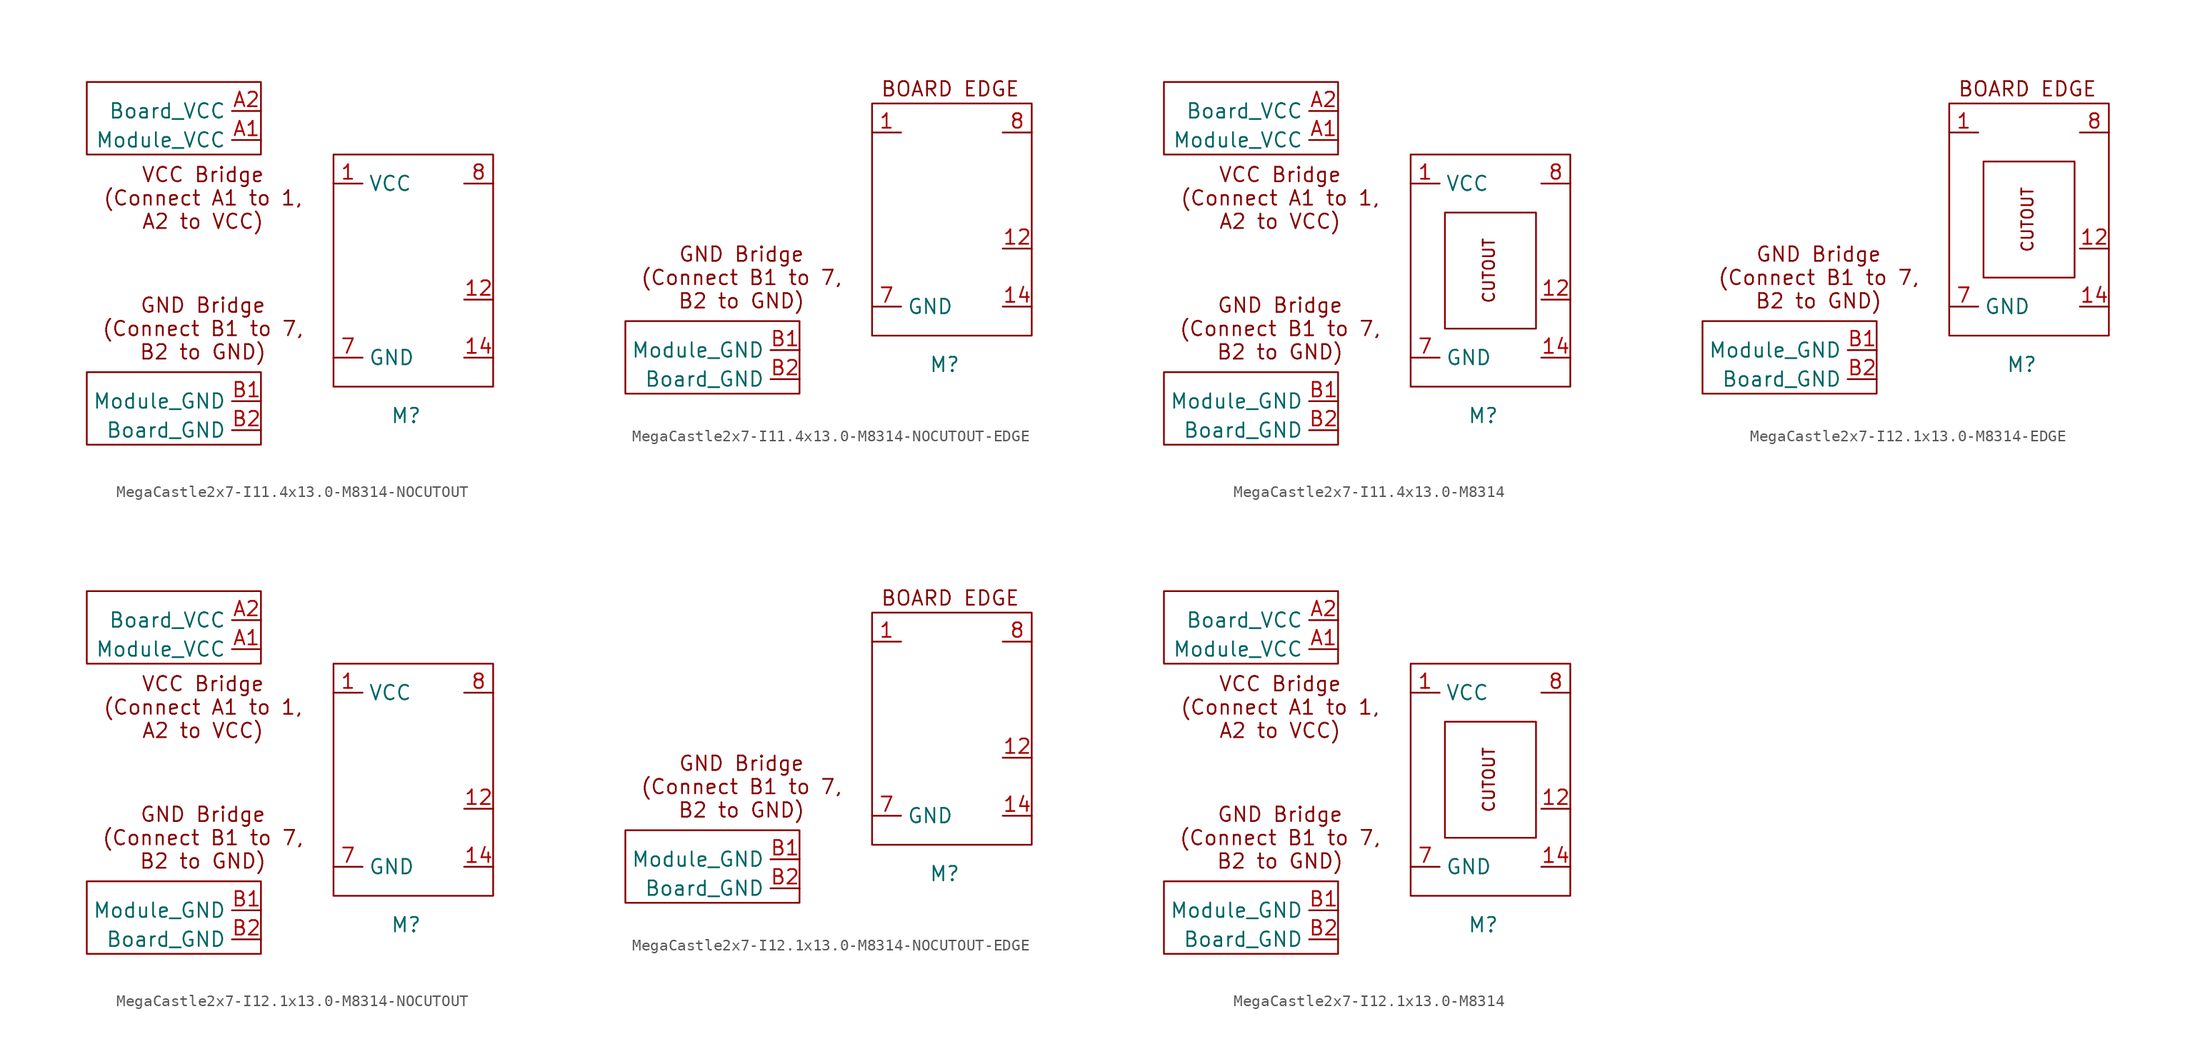
<source format=kicad_sym>
(kicad_symbol_lib
  (version 20231120)
  (generator "kicad_symbol_editor")
  (generator_version "8.0")
  (symbol "MegaCastle2x7-I11.4x13.0-M8314-NOCUTOUT"
    (property "Reference" "M"
      (at 0 -12.7 0)
      (effects (font (size 1.27 1.27))))
    (property "Value" ""
      (at 0 5.08 0)
      (effects (font (size 1.27 1.27))))
    (symbol "MegaCastle2x7-I11.4x13.0-M8314-NOCUTOUT_0_1"
      (rectangle (start -27.94 -8.89) (end -12.7 -15.24) (stroke (width 0) (type default)) (fill (type none)))
      (rectangle (start -27.94 16.51) (end -12.7 10.16) (stroke (width 0) (type default)) (fill (type none)))
      (rectangle (start -6.35 10.16) (end 7.62 -10.16) (stroke (width 0) (type default)) (fill (type none))))
    (symbol "MegaCastle2x7-I11.4x13.0-M8314-NOCUTOUT_1_1"
      (text "GND Bridge\n(Connect B1 to 7,\nB2 to GND)" (at -17.78 -5.08 0) (effects (font (size 1.27 1.27))))
      (text "VCC Bridge\n(Connect A1 to 1,\nA2 to VCC)" (at -17.78 6.35 0) (effects (font (size 1.27 1.27))))
      (pin bidirectional line (at -6.35 7.62 0) (length 2.54) (name "VCC" (effects (font (size 1.27 1.27)))) (number "1" (effects (font (size 1.27 1.27)))))
      (pin bidirectional line (at 7.62 -2.54 180) (length 2.54) (name "" (effects (font (size 1.27 1.27)))) (number "12" (effects (font (size 1.27 1.27)))))
      (pin bidirectional line (at 7.62 -7.62 180) (length 2.54) (name "" (effects (font (size 1.27 1.27)))) (number "14" (effects (font (size 1.27 1.27)))))
      (pin bidirectional line (at -6.35 -7.62 0) (length 2.54) (name "GND" (effects (font (size 1.27 1.27)))) (number "7" (effects (font (size 1.27 1.27)))))
      (pin bidirectional line (at 7.62 7.62 180) (length 2.54) (name "" (effects (font (size 1.27 1.27)))) (number "8" (effects (font (size 1.27 1.27)))))
      (pin bidirectional line (at -12.7 11.43 180) (length 2.54) (name "Module_VCC" (effects (font (size 1.27 1.27)))) (number "A1" (effects (font (size 1.27 1.27)))))
      (pin bidirectional line (at -12.7 13.97 180) (length 2.54) (name "Board_VCC" (effects (font (size 1.27 1.27)))) (number "A2" (effects (font (size 1.27 1.27)))))
      (pin bidirectional line (at -12.7 -11.43 180) (length 2.54) (name "Module_GND" (effects (font (size 1.27 1.27)))) (number "B1" (effects (font (size 1.27 1.27)))))
      (pin bidirectional line (at -12.7 -13.97 180) (length 2.54) (name "Board_GND" (effects (font (size 1.27 1.27)))) (number "B2" (effects (font (size 1.27 1.27)))))))
  (symbol "MegaCastle2x7-I11.4x13.0-M8314-NOCUTOUT-EDGE"
    (property "Reference" "M"
      (at 0 -12.7 0)
      (effects (font (size 1.27 1.27))))
    (property "Value" ""
      (at 0 5.08 0)
      (effects (font (size 1.27 1.27))))
    (symbol "MegaCastle2x7-I11.4x13.0-M8314-NOCUTOUT-EDGE_0_1"
      (rectangle (start -27.94 -8.89) (end -12.7 -15.24) (stroke (width 0) (type default)) (fill (type none)))
      (rectangle (start -6.35 10.16) (end 7.62 -10.16) (stroke (width 0) (type default)) (fill (type none))))
    (symbol "MegaCastle2x7-I11.4x13.0-M8314-NOCUTOUT-EDGE_1_1"
      (text " BOARD EDGE" (at 0 11.43 0) (effects (font (size 1.27 1.27))))
      (text "GND Bridge\n(Connect B1 to 7,\nB2 to GND)" (at -17.78 -5.08 0) (effects (font (size 1.27 1.27))))
      (pin bidirectional line (at -6.35 7.62 0) (length 2.54) (name "" (effects (font (size 1.27 1.27)))) (number "1" (effects (font (size 1.27 1.27)))))
      (pin bidirectional line (at 7.62 -2.54 180) (length 2.54) (name "" (effects (font (size 1.27 1.27)))) (number "12" (effects (font (size 1.27 1.27)))))
      (pin bidirectional line (at 7.62 -7.62 180) (length 2.54) (name "" (effects (font (size 1.27 1.27)))) (number "14" (effects (font (size 1.27 1.27)))))
      (pin bidirectional line (at -6.35 -7.62 0) (length 2.54) (name "GND" (effects (font (size 1.27 1.27)))) (number "7" (effects (font (size 1.27 1.27)))))
      (pin bidirectional line (at 7.62 7.62 180) (length 2.54) (name "" (effects (font (size 1.27 1.27)))) (number "8" (effects (font (size 1.27 1.27)))))
      (pin bidirectional line (at -12.7 -11.43 180) (length 2.54) (name "Module_GND" (effects (font (size 1.27 1.27)))) (number "B1" (effects (font (size 1.27 1.27)))))
      (pin bidirectional line (at -12.7 -13.97 180) (length 2.54) (name "Board_GND" (effects (font (size 1.27 1.27)))) (number "B2" (effects (font (size 1.27 1.27)))))))
  (symbol "MegaCastle2x7-I11.4x13.0-M8314"
    (property "Reference" "M"
      (at 0 -12.7 0)
      (effects (font (size 1.27 1.27))))
    (property "Value" ""
      (at 0 5.08 0)
      (effects (font (size 1.27 1.27))))
    (symbol "MegaCastle2x7-I11.4x13.0-M8314_0_1"
      (rectangle (start -27.94 -8.89) (end -12.7 -15.24) (stroke (width 0) (type default)) (fill (type none)))
      (rectangle (start -27.94 16.51) (end -12.7 10.16) (stroke (width 0) (type default)) (fill (type none)))
      (rectangle (start -6.35 10.16) (end 7.62 -10.16) (stroke (width 0) (type default)) (fill (type none)))
      (rectangle (start -3.35 5.08) (end 4.62 -5.08) (stroke (width 0) (type default)) (fill (type none))))
    (symbol "MegaCastle2x7-I11.4x13.0-M8314_1_1"
      (text "CUTOUT" (at 0.5 0 900) (effects (font (size 1 1))))
      (text "GND Bridge\n(Connect B1 to 7,\nB2 to GND)" (at -17.78 -5.08 0) (effects (font (size 1.27 1.27))))
      (text "VCC Bridge\n(Connect A1 to 1,\nA2 to VCC)" (at -17.78 6.35 0) (effects (font (size 1.27 1.27))))
      (pin bidirectional line (at -6.35 7.62 0) (length 2.54) (name "VCC" (effects (font (size 1.27 1.27)))) (number "1" (effects (font (size 1.27 1.27)))))
      (pin bidirectional line (at 7.62 -2.54 180) (length 2.54) (name "" (effects (font (size 1.27 1.27)))) (number "12" (effects (font (size 1.27 1.27)))))
      (pin bidirectional line (at 7.62 -7.62 180) (length 2.54) (name "" (effects (font (size 1.27 1.27)))) (number "14" (effects (font (size 1.27 1.27)))))
      (pin bidirectional line (at -6.35 -7.62 0) (length 2.54) (name "GND" (effects (font (size 1.27 1.27)))) (number "7" (effects (font (size 1.27 1.27)))))
      (pin bidirectional line (at 7.62 7.62 180) (length 2.54) (name "" (effects (font (size 1.27 1.27)))) (number "8" (effects (font (size 1.27 1.27)))))
      (pin bidirectional line (at -12.7 11.43 180) (length 2.54) (name "Module_VCC" (effects (font (size 1.27 1.27)))) (number "A1" (effects (font (size 1.27 1.27)))))
      (pin bidirectional line (at -12.7 13.97 180) (length 2.54) (name "Board_VCC" (effects (font (size 1.27 1.27)))) (number "A2" (effects (font (size 1.27 1.27)))))
      (pin bidirectional line (at -12.7 -11.43 180) (length 2.54) (name "Module_GND" (effects (font (size 1.27 1.27)))) (number "B1" (effects (font (size 1.27 1.27)))))
      (pin bidirectional line (at -12.7 -13.97 180) (length 2.54) (name "Board_GND" (effects (font (size 1.27 1.27)))) (number "B2" (effects (font (size 1.27 1.27)))))))
  (symbol "MegaCastle2x7-I12.1x13.0-M8314-EDGE"
    (property "Reference" "M"
      (at 0 -12.7 0)
      (effects (font (size 1.27 1.27))))
    (property "Value" ""
      (at 0 5.08 0)
      (effects (font (size 1.27 1.27))))
    (symbol "MegaCastle2x7-I12.1x13.0-M8314-EDGE_0_1"
      (rectangle (start -27.94 -8.89) (end -12.7 -15.24) (stroke (width 0) (type default)) (fill (type none)))
      (rectangle (start -6.35 10.16) (end 7.62 -10.16) (stroke (width 0) (type default)) (fill (type none)))
      (rectangle (start -3.35 5.08) (end 4.62 -5.08) (stroke (width 0) (type default)) (fill (type none))))
    (symbol "MegaCastle2x7-I12.1x13.0-M8314-EDGE_1_1"
      (text " BOARD EDGE" (at 0 11.43 0) (effects (font (size 1.27 1.27))))
      (text "CUTOUT" (at 0.5 0 900) (effects (font (size 1 1))))
      (text "GND Bridge\n(Connect B1 to 7,\nB2 to GND)" (at -17.78 -5.08 0) (effects (font (size 1.27 1.27))))
      (pin bidirectional line (at -6.35 7.62 0) (length 2.54) (name "" (effects (font (size 1.27 1.27)))) (number "1" (effects (font (size 1.27 1.27)))))
      (pin bidirectional line (at 7.62 -2.54 180) (length 2.54) (name "" (effects (font (size 1.27 1.27)))) (number "12" (effects (font (size 1.27 1.27)))))
      (pin bidirectional line (at 7.62 -7.62 180) (length 2.54) (name "" (effects (font (size 1.27 1.27)))) (number "14" (effects (font (size 1.27 1.27)))))
      (pin bidirectional line (at -6.35 -7.62 0) (length 2.54) (name "GND" (effects (font (size 1.27 1.27)))) (number "7" (effects (font (size 1.27 1.27)))))
      (pin bidirectional line (at 7.62 7.62 180) (length 2.54) (name "" (effects (font (size 1.27 1.27)))) (number "8" (effects (font (size 1.27 1.27)))))
      (pin bidirectional line (at -12.7 -11.43 180) (length 2.54) (name "Module_GND" (effects (font (size 1.27 1.27)))) (number "B1" (effects (font (size 1.27 1.27)))))
      (pin bidirectional line (at -12.7 -13.97 180) (length 2.54) (name "Board_GND" (effects (font (size 1.27 1.27)))) (number "B2" (effects (font (size 1.27 1.27)))))))
  (symbol "MegaCastle2x7-I12.1x13.0-M8314-NOCUTOUT"
    (property "Reference" "M"
      (at 0 -12.7 0)
      (effects (font (size 1.27 1.27))))
    (property "Value" ""
      (at 0 5.08 0)
      (effects (font (size 1.27 1.27))))
    (symbol "MegaCastle2x7-I12.1x13.0-M8314-NOCUTOUT_0_1"
      (rectangle (start -27.94 -8.89) (end -12.7 -15.24) (stroke (width 0) (type default)) (fill (type none)))
      (rectangle (start -27.94 16.51) (end -12.7 10.16) (stroke (width 0) (type default)) (fill (type none)))
      (rectangle (start -6.35 10.16) (end 7.62 -10.16) (stroke (width 0) (type default)) (fill (type none))))
    (symbol "MegaCastle2x7-I12.1x13.0-M8314-NOCUTOUT_1_1"
      (text "GND Bridge\n(Connect B1 to 7,\nB2 to GND)" (at -17.78 -5.08 0) (effects (font (size 1.27 1.27))))
      (text "VCC Bridge\n(Connect A1 to 1,\nA2 to VCC)" (at -17.78 6.35 0) (effects (font (size 1.27 1.27))))
      (pin bidirectional line (at -6.35 7.62 0) (length 2.54) (name "VCC" (effects (font (size 1.27 1.27)))) (number "1" (effects (font (size 1.27 1.27)))))
      (pin bidirectional line (at 7.62 -2.54 180) (length 2.54) (name "" (effects (font (size 1.27 1.27)))) (number "12" (effects (font (size 1.27 1.27)))))
      (pin bidirectional line (at 7.62 -7.62 180) (length 2.54) (name "" (effects (font (size 1.27 1.27)))) (number "14" (effects (font (size 1.27 1.27)))))
      (pin bidirectional line (at -6.35 -7.62 0) (length 2.54) (name "GND" (effects (font (size 1.27 1.27)))) (number "7" (effects (font (size 1.27 1.27)))))
      (pin bidirectional line (at 7.62 7.62 180) (length 2.54) (name "" (effects (font (size 1.27 1.27)))) (number "8" (effects (font (size 1.27 1.27)))))
      (pin bidirectional line (at -12.7 11.43 180) (length 2.54) (name "Module_VCC" (effects (font (size 1.27 1.27)))) (number "A1" (effects (font (size 1.27 1.27)))))
      (pin bidirectional line (at -12.7 13.97 180) (length 2.54) (name "Board_VCC" (effects (font (size 1.27 1.27)))) (number "A2" (effects (font (size 1.27 1.27)))))
      (pin bidirectional line (at -12.7 -11.43 180) (length 2.54) (name "Module_GND" (effects (font (size 1.27 1.27)))) (number "B1" (effects (font (size 1.27 1.27)))))
      (pin bidirectional line (at -12.7 -13.97 180) (length 2.54) (name "Board_GND" (effects (font (size 1.27 1.27)))) (number "B2" (effects (font (size 1.27 1.27)))))))
  (symbol "MegaCastle2x7-I12.1x13.0-M8314-NOCUTOUT-EDGE"
    (property "Reference" "M"
      (at 0 -12.7 0)
      (effects (font (size 1.27 1.27))))
    (property "Value" ""
      (at 0 5.08 0)
      (effects (font (size 1.27 1.27))))
    (symbol "MegaCastle2x7-I12.1x13.0-M8314-NOCUTOUT-EDGE_0_1"
      (rectangle (start -27.94 -8.89) (end -12.7 -15.24) (stroke (width 0) (type default)) (fill (type none)))
      (rectangle (start -6.35 10.16) (end 7.62 -10.16) (stroke (width 0) (type default)) (fill (type none))))
    (symbol "MegaCastle2x7-I12.1x13.0-M8314-NOCUTOUT-EDGE_1_1"
      (text " BOARD EDGE" (at 0 11.43 0) (effects (font (size 1.27 1.27))))
      (text "GND Bridge\n(Connect B1 to 7,\nB2 to GND)" (at -17.78 -5.08 0) (effects (font (size 1.27 1.27))))
      (pin bidirectional line (at -6.35 7.62 0) (length 2.54) (name "" (effects (font (size 1.27 1.27)))) (number "1" (effects (font (size 1.27 1.27)))))
      (pin bidirectional line (at 7.62 -2.54 180) (length 2.54) (name "" (effects (font (size 1.27 1.27)))) (number "12" (effects (font (size 1.27 1.27)))))
      (pin bidirectional line (at 7.62 -7.62 180) (length 2.54) (name "" (effects (font (size 1.27 1.27)))) (number "14" (effects (font (size 1.27 1.27)))))
      (pin bidirectional line (at -6.35 -7.62 0) (length 2.54) (name "GND" (effects (font (size 1.27 1.27)))) (number "7" (effects (font (size 1.27 1.27)))))
      (pin bidirectional line (at 7.62 7.62 180) (length 2.54) (name "" (effects (font (size 1.27 1.27)))) (number "8" (effects (font (size 1.27 1.27)))))
      (pin bidirectional line (at -12.7 -11.43 180) (length 2.54) (name "Module_GND" (effects (font (size 1.27 1.27)))) (number "B1" (effects (font (size 1.27 1.27)))))
      (pin bidirectional line (at -12.7 -13.97 180) (length 2.54) (name "Board_GND" (effects (font (size 1.27 1.27)))) (number "B2" (effects (font (size 1.27 1.27)))))))
  (symbol "MegaCastle2x7-I12.1x13.0-M8314"
    (property "Reference" "M"
      (at 0 -12.7 0)
      (effects (font (size 1.27 1.27))))
    (property "Value" ""
      (at 0 5.08 0)
      (effects (font (size 1.27 1.27))))
    (symbol "MegaCastle2x7-I12.1x13.0-M8314_0_1"
      (rectangle (start -27.94 -8.89) (end -12.7 -15.24) (stroke (width 0) (type default)) (fill (type none)))
      (rectangle (start -27.94 16.51) (end -12.7 10.16) (stroke (width 0) (type default)) (fill (type none)))
      (rectangle (start -6.35 10.16) (end 7.62 -10.16) (stroke (width 0) (type default)) (fill (type none)))
      (rectangle (start -3.35 5.08) (end 4.62 -5.08) (stroke (width 0) (type default)) (fill (type none))))
    (symbol "MegaCastle2x7-I12.1x13.0-M8314_1_1"
      (text "CUTOUT" (at 0.5 0 900) (effects (font (size 1 1))))
      (text "GND Bridge\n(Connect B1 to 7,\nB2 to GND)" (at -17.78 -5.08 0) (effects (font (size 1.27 1.27))))
      (text "VCC Bridge\n(Connect A1 to 1,\nA2 to VCC)" (at -17.78 6.35 0) (effects (font (size 1.27 1.27))))
      (pin bidirectional line (at -6.35 7.62 0) (length 2.54) (name "VCC" (effects (font (size 1.27 1.27)))) (number "1" (effects (font (size 1.27 1.27)))))
      (pin bidirectional line (at 7.62 -2.54 180) (length 2.54) (name "" (effects (font (size 1.27 1.27)))) (number "12" (effects (font (size 1.27 1.27)))))
      (pin bidirectional line (at 7.62 -7.62 180) (length 2.54) (name "" (effects (font (size 1.27 1.27)))) (number "14" (effects (font (size 1.27 1.27)))))
      (pin bidirectional line (at -6.35 -7.62 0) (length 2.54) (name "GND" (effects (font (size 1.27 1.27)))) (number "7" (effects (font (size 1.27 1.27)))))
      (pin bidirectional line (at 7.62 7.62 180) (length 2.54) (name "" (effects (font (size 1.27 1.27)))) (number "8" (effects (font (size 1.27 1.27)))))
      (pin bidirectional line (at -12.7 11.43 180) (length 2.54) (name "Module_VCC" (effects (font (size 1.27 1.27)))) (number "A1" (effects (font (size 1.27 1.27)))))
      (pin bidirectional line (at -12.7 13.97 180) (length 2.54) (name "Board_VCC" (effects (font (size 1.27 1.27)))) (number "A2" (effects (font (size 1.27 1.27)))))
      (pin bidirectional line (at -12.7 -11.43 180) (length 2.54) (name "Module_GND" (effects (font (size 1.27 1.27)))) (number "B1" (effects (font (size 1.27 1.27)))))
      (pin bidirectional line (at -12.7 -13.97 180) (length 2.54) (name "Board_GND" (effects (font (size 1.27 1.27)))) (number "B2" (effects (font (size 1.27 1.27))))))))
</source>
